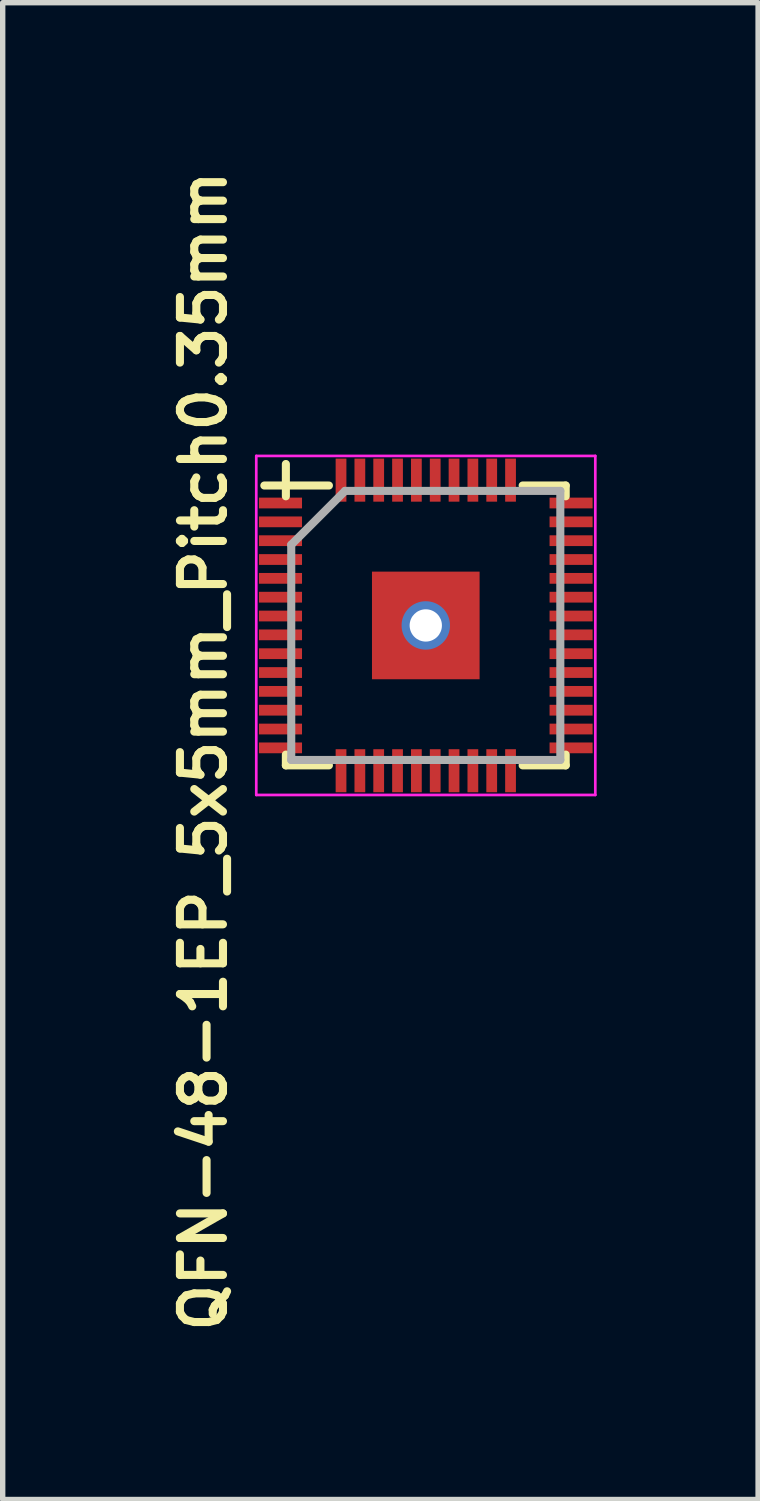
<source format=kicad_pcb>
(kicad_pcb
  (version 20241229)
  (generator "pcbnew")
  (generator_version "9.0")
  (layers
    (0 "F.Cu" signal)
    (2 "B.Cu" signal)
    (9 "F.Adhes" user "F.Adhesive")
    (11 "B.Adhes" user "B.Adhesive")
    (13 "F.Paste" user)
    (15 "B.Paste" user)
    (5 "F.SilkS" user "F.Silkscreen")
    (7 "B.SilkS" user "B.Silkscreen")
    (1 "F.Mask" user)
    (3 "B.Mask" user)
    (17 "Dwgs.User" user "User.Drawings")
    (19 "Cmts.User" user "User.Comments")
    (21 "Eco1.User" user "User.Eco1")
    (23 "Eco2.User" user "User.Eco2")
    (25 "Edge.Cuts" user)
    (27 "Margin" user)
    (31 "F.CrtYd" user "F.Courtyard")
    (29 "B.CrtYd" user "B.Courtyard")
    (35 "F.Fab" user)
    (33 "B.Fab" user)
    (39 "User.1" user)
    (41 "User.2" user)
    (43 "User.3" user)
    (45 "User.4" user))
  (footprint "QFN-48-1EP_5x5mm_Pitch0.35mm"
    (layer "F.Cu")
    (at 4.862 8.572)
    (property "Reference" "QFN-48-1EP_5x5mm_Pitch0.35mm" (at -4.131 2.335 90) (layer "F.SilkS") (effects (font (size 0.8 0.8) (thickness 0.15))))
    (attr smd)
    (fp_line (start -2.6 -2.6) (end -3 -2.6) (stroke (width 0.15) (type solid)) (layer "F.SilkS"))
    (fp_line (start -2.6 -2.6) (end -2.6 -3) (stroke (width 0.15) (type solid)) (layer "F.SilkS"))
    (fp_line (start -2.6 -2.6) (end -2.6 -2.4) (stroke (width 0.15) (type solid)) (layer "F.SilkS"))
    (fp_line (start -2.6 2.6) (end -2.6 2.4) (stroke (width 0.15) (type solid)) (layer "F.SilkS"))
    (fp_line (start -1.8 -2.6) (end -2.6 -2.6) (stroke (width 0.15) (type solid)) (layer "F.SilkS"))
    (fp_line (start -1.8 2.6) (end -2.6 2.6) (stroke (width 0.15) (type solid)) (layer "F.SilkS"))
    (fp_line (start 1.8 -2.6) (end 2.6 -2.6) (stroke (width 0.15) (type solid)) (layer "F.SilkS"))
    (fp_line (start 2.6 -2.6) (end 2.6 -2.4) (stroke (width 0.15) (type solid)) (layer "F.SilkS"))
    (fp_line (start 2.6 2.4) (end 2.6 2.6) (stroke (width 0.15) (type solid)) (layer "F.SilkS"))
    (fp_line (start 2.6 2.6) (end 1.8 2.6) (stroke (width 0.15) (type solid)) (layer "F.SilkS"))
    (fp_line (start -3.15 -3.15) (end -3.15 3.15) (stroke (width 0.05) (type solid)) (layer "F.CrtYd"))
    (fp_line (start -3.15 -3.15) (end 3.15 -3.15) (stroke (width 0.05) (type solid)) (layer "F.CrtYd"))
    (fp_line (start -3.15 3.15) (end 3.15 3.15) (stroke (width 0.05) (type solid)) (layer "F.CrtYd"))
    (fp_line (start 3.15 -3.15) (end 3.15 3.15) (stroke (width 0.05) (type solid)) (layer "F.CrtYd"))
    (fp_line (start -2.5 -1.5) (end -1.5 -2.5) (stroke (width 0.15) (type solid)) (layer "F.Fab"))
    (fp_line (start -2.5 2.5) (end -2.5 -1.5) (stroke (width 0.15) (type solid)) (layer "F.Fab"))
    (fp_line (start -1.5 -2.5) (end 2.5 -2.5) (stroke (width 0.15) (type solid)) (layer "F.Fab"))
    (fp_line (start 2.5 -2.5) (end 2.5 2.5) (stroke (width 0.15) (type solid)) (layer "F.Fab"))
    (fp_line (start 2.5 2.5) (end -2.5 2.5) (stroke (width 0.15) (type solid)) (layer "F.Fab"))
    (pad "1" smd rect (at -2.7 -2.275) (size 0.8 0.2) (layers "F.Cu" "F.Mask" "F.Paste"))
    (pad "2" smd rect (at -2.7 -1.925) (size 0.8 0.2) (layers "F.Cu" "F.Mask" "F.Paste"))
    (pad "3" smd rect (at -2.7 -1.575) (size 0.8 0.2) (layers "F.Cu" "F.Mask" "F.Paste"))
    (pad "4" smd rect (at -2.7 -1.225) (size 0.8 0.2) (layers "F.Cu" "F.Mask" "F.Paste"))
    (pad "5" smd rect (at -2.7 -0.875) (size 0.8 0.2) (layers "F.Cu" "F.Mask" "F.Paste"))
    (pad "6" smd rect (at -2.7 -0.525) (size 0.8 0.2) (layers "F.Cu" "F.Mask" "F.Paste"))
    (pad "7" smd rect (at -2.7 -0.175) (size 0.8 0.2) (layers "F.Cu" "F.Mask" "F.Paste"))
    (pad "8" smd rect (at -2.7 0.175) (size 0.8 0.2) (layers "F.Cu" "F.Mask" "F.Paste"))
    (pad "9" smd rect (at -2.7 0.525) (size 0.8 0.2) (layers "F.Cu" "F.Mask" "F.Paste"))
    (pad "10" smd rect (at -2.7 0.875) (size 0.8 0.2) (layers "F.Cu" "F.Mask" "F.Paste"))
    (pad "11" smd rect (at -2.7 1.225) (size 0.8 0.2) (layers "F.Cu" "F.Mask" "F.Paste"))
    (pad "12" smd rect (at -2.7 1.575) (size 0.8 0.2) (layers "F.Cu" "F.Mask" "F.Paste"))
    (pad "13" smd rect (at -2.7 1.925) (size 0.8 0.2) (layers "F.Cu" "F.Mask" "F.Paste"))
    (pad "14" smd rect (at -2.7 2.275) (size 0.8 0.2) (layers "F.Cu" "F.Mask" "F.Paste"))
    (pad "15" smd rect (at -1.575 2.7) (size 0.2 0.8) (layers "F.Cu" "F.Mask" "F.Paste"))
    (pad "16" smd rect (at -1.225 2.7) (size 0.2 0.8) (layers "F.Cu" "F.Mask" "F.Paste"))
    (pad "17" smd rect (at -0.875 2.7) (size 0.2 0.8) (layers "F.Cu" "F.Mask" "F.Paste"))
    (pad "18" smd rect (at -0.525 2.7) (size 0.2 0.8) (layers "F.Cu" "F.Mask" "F.Paste"))
    (pad "19" smd rect (at -0.175 2.7) (size 0.2 0.8) (layers "F.Cu" "F.Mask" "F.Paste"))
    (pad "20" smd rect (at 0.175 2.7) (size 0.2 0.8) (layers "F.Cu" "F.Mask" "F.Paste"))
    (pad "21" smd rect (at 0.525 2.7) (size 0.2 0.8) (layers "F.Cu" "F.Mask" "F.Paste"))
    (pad "22" smd rect (at 0.875 2.7) (size 0.2 0.8) (layers "F.Cu" "F.Mask" "F.Paste"))
    (pad "23" smd rect (at 1.225 2.7) (size 0.2 0.8) (layers "F.Cu" "F.Mask" "F.Paste"))
    (pad "24" smd rect (at 1.575 2.7) (size 0.2 0.8) (layers "F.Cu" "F.Mask" "F.Paste"))
    (pad "25" smd rect (at 2.7 2.275) (size 0.8 0.2) (layers "F.Cu" "F.Mask" "F.Paste"))
    (pad "26" smd rect (at 2.7 1.925) (size 0.8 0.2) (layers "F.Cu" "F.Mask" "F.Paste"))
    (pad "27" smd rect (at 2.7 1.575) (size 0.8 0.2) (layers "F.Cu" "F.Mask" "F.Paste"))
    (pad "28" smd rect (at 2.7 1.225) (size 0.8 0.2) (layers "F.Cu" "F.Mask" "F.Paste"))
    (pad "29" smd rect (at 2.7 0.875) (size 0.8 0.2) (layers "F.Cu" "F.Mask" "F.Paste"))
    (pad "30" smd rect (at 2.7 0.525) (size 0.8 0.2) (layers "F.Cu" "F.Mask" "F.Paste"))
    (pad "31" smd rect (at 2.7 0.175) (size 0.8 0.2) (layers "F.Cu" "F.Mask" "F.Paste"))
    (pad "32" smd rect (at 2.7 -0.175) (size 0.8 0.2) (layers "F.Cu" "F.Mask" "F.Paste"))
    (pad "33" smd rect (at 2.7 -0.525) (size 0.8 0.2) (layers "F.Cu" "F.Mask" "F.Paste"))
    (pad "34" smd rect (at 2.7 -0.875) (size 0.8 0.2) (layers "F.Cu" "F.Mask" "F.Paste"))
    (pad "35" smd rect (at 2.7 -1.225) (size 0.8 0.2) (layers "F.Cu" "F.Mask" "F.Paste"))
    (pad "36" smd rect (at 2.7 -1.575) (size 0.8 0.2) (layers "F.Cu" "F.Mask" "F.Paste"))
    (pad "37" smd rect (at 2.7 -1.925) (size 0.8 0.2) (layers "F.Cu" "F.Mask" "F.Paste"))
    (pad "38" smd rect (at 2.7 -2.275) (size 0.8 0.2) (layers "F.Cu" "F.Mask" "F.Paste"))
    (pad "39" smd rect (at 1.575 -2.7) (size 0.2 0.8) (layers "F.Cu" "F.Mask" "F.Paste"))
    (pad "40" smd rect (at 1.225 -2.7) (size 0.2 0.8) (layers "F.Cu" "F.Mask" "F.Paste"))
    (pad "41" smd rect (at 0.875 -2.7) (size 0.2 0.8) (layers "F.Cu" "F.Mask" "F.Paste"))
    (pad "42" smd rect (at 0.525 -2.7) (size 0.2 0.8) (layers "F.Cu" "F.Mask" "F.Paste"))
    (pad "43" smd rect (at 0.175 -2.7) (size 0.2 0.8) (layers "F.Cu" "F.Mask" "F.Paste"))
    (pad "44" smd rect (at -0.175 -2.7) (size 0.2 0.8) (layers "F.Cu" "F.Mask" "F.Paste"))
    (pad "45" smd rect (at -0.525 -2.7) (size 0.2 0.8) (layers "F.Cu" "F.Mask" "F.Paste"))
    (pad "46" smd rect (at -0.875 -2.7) (size 0.2 0.8) (layers "F.Cu" "F.Mask" "F.Paste"))
    (pad "47" smd rect (at -1.225 -2.7) (size 0.2 0.8) (layers "F.Cu" "F.Mask" "F.Paste"))
    (pad "48" smd rect (at -1.575 -2.7) (size 0.2 0.8) (layers "F.Cu" "F.Mask" "F.Paste"))
    (pad "49" thru_hole circle (at 0 0) (size 0.9 0.9) (drill 0.6) (layers "*.Cu" "*.Mask"))
    (pad "49" smd rect (at 0 0) (size 2 2) (layers "F.Cu" "F.Mask" "F.Paste")))
  (gr_rect
    (start -3 -3)
    (end 11.037 24.814)
    (stroke (width 0.1) (type default))
    (fill no)
    (layer "Edge.Cuts")))
</source>
